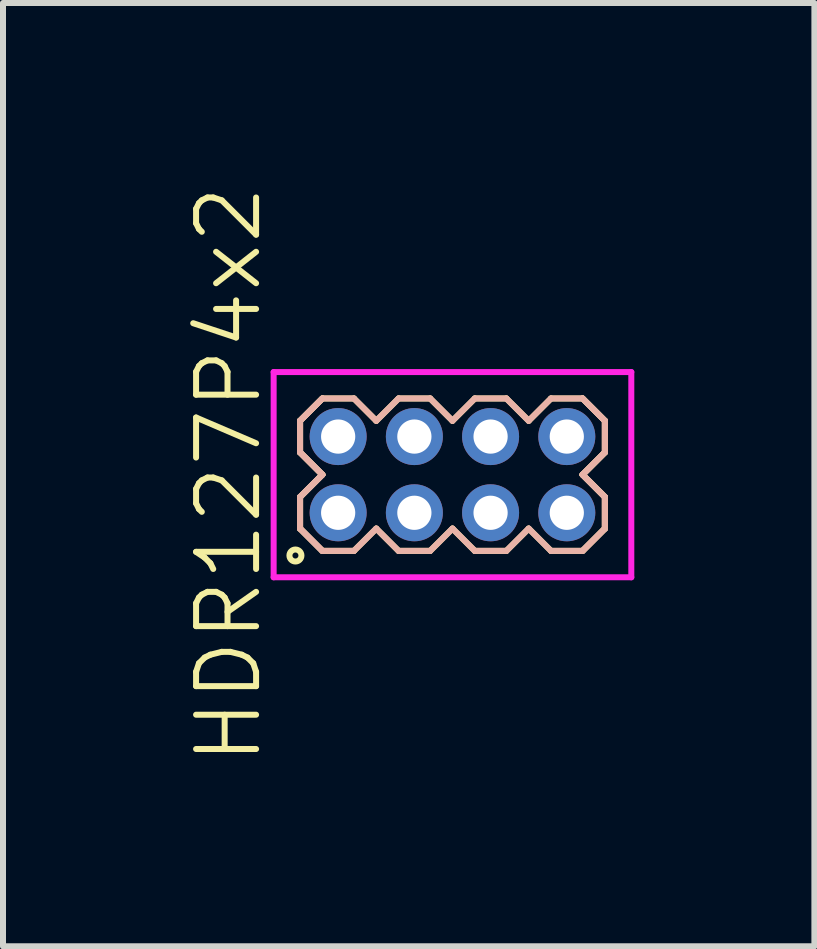
<source format=kicad_pcb>
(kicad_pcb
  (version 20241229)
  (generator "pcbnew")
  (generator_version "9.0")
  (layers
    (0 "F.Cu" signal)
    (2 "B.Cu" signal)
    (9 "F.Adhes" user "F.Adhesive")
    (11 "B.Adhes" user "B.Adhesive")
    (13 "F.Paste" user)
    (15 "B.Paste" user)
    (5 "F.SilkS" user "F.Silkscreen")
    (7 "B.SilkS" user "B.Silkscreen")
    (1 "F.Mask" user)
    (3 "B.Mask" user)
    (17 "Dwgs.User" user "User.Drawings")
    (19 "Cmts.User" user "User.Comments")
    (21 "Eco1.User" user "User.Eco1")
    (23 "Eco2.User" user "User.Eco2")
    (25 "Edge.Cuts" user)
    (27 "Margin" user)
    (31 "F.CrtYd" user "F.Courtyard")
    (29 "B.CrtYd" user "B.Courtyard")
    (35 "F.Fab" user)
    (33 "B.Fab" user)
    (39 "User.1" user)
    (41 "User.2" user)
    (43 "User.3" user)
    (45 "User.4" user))
  (footprint "HDR127P4x2"
    (layer "F.Cu")
    (at 4.49 4.86)
    (property "Reference" "HDR127P4x2" (at -3.73 0 90) (layer "F.SilkS") (effects (font (size 1 1) (thickness 0.1))))
    (attr through_hole)
    (fp_line (start -2.54 -0.898) (end -2.168 -1.27) (stroke (width 0.1) (type solid)) (layer "F.SilkS"))
    (fp_line (start -2.54 -0.898) (end -2.168 -1.27) (stroke (width 0.1) (type solid)) (layer "F.SilkS"))
    (fp_line (start -2.54 -0.372) (end -2.54 -0.898) (stroke (width 0.1) (type solid)) (layer "F.SilkS"))
    (fp_line (start -2.54 -0.372) (end -2.54 -0.898) (stroke (width 0.1) (type solid)) (layer "F.SilkS"))
    (fp_line (start -2.54 0.372) (end -2.168 0) (stroke (width 0.1) (type solid)) (layer "F.SilkS"))
    (fp_line (start -2.54 0.372) (end -2.168 0) (stroke (width 0.1) (type solid)) (layer "F.SilkS"))
    (fp_line (start -2.54 0.898) (end -2.54 0.372) (stroke (width 0.1) (type solid)) (layer "F.SilkS"))
    (fp_line (start -2.54 0.898) (end -2.54 0.372) (stroke (width 0.1) (type solid)) (layer "F.SilkS"))
    (fp_line (start -2.168 -1.27) (end -1.642 -1.27) (stroke (width 0.1) (type solid)) (layer "F.SilkS"))
    (fp_line (start -2.168 0) (end -2.54 -0.372) (stroke (width 0.1) (type solid)) (layer "F.SilkS"))
    (fp_line (start -2.168 0) (end -2.54 -0.372) (stroke (width 0.1) (type solid)) (layer "F.SilkS"))
    (fp_line (start -2.168 1.27) (end -2.54 0.898) (stroke (width 0.1) (type solid)) (layer "F.SilkS"))
    (fp_line (start -2.168 1.27) (end -2.54 0.898) (stroke (width 0.1) (type solid)) (layer "F.SilkS"))
    (fp_line (start -1.642 -1.27) (end -1.27 -0.898) (stroke (width 0.1) (type solid)) (layer "F.SilkS"))
    (fp_line (start -1.642 1.27) (end -2.168 1.27) (stroke (width 0.1) (type solid)) (layer "F.SilkS"))
    (fp_line (start -1.27 -0.898) (end -0.898 -1.27) (stroke (width 0.1) (type solid)) (layer "F.SilkS"))
    (fp_line (start -1.27 0.898) (end -1.642 1.27) (stroke (width 0.1) (type solid)) (layer "F.SilkS"))
    (fp_line (start -0.898 -1.27) (end -0.372 -1.27) (stroke (width 0.1) (type solid)) (layer "F.SilkS"))
    (fp_line (start -0.898 1.27) (end -1.27 0.898) (stroke (width 0.1) (type solid)) (layer "F.SilkS"))
    (fp_line (start -0.372 -1.27) (end 0 -0.898) (stroke (width 0.1) (type solid)) (layer "F.SilkS"))
    (fp_line (start -0.372 1.27) (end -0.898 1.27) (stroke (width 0.1) (type solid)) (layer "F.SilkS"))
    (fp_line (start 0 -0.898) (end 0.372 -1.27) (stroke (width 0.1) (type solid)) (layer "F.SilkS"))
    (fp_line (start 0 0.898) (end -0.372 1.27) (stroke (width 0.1) (type solid)) (layer "F.SilkS"))
    (fp_line (start 0.372 -1.27) (end 0.898 -1.27) (stroke (width 0.1) (type solid)) (layer "F.SilkS"))
    (fp_line (start 0.372 1.27) (end 0 0.898) (stroke (width 0.1) (type solid)) (layer "F.SilkS"))
    (fp_line (start 0.898 -1.27) (end 1.27 -0.898) (stroke (width 0.1) (type solid)) (layer "F.SilkS"))
    (fp_line (start 0.898 1.27) (end 0.372 1.27) (stroke (width 0.1) (type solid)) (layer "F.SilkS"))
    (fp_line (start 1.27 -0.898) (end 1.642 -1.27) (stroke (width 0.1) (type solid)) (layer "F.SilkS"))
    (fp_line (start 1.27 0.898) (end 0.898 1.27) (stroke (width 0.1) (type solid)) (layer "F.SilkS"))
    (fp_line (start 1.642 -1.27) (end 2.168 -1.27) (stroke (width 0.1) (type solid)) (layer "F.SilkS"))
    (fp_line (start 1.642 1.27) (end 1.27 0.898) (stroke (width 0.1) (type solid)) (layer "F.SilkS"))
    (fp_line (start 2.168 -1.27) (end 2.54 -0.898) (stroke (width 0.1) (type solid)) (layer "F.SilkS"))
    (fp_line (start 2.168 -1.27) (end 2.54 -0.898) (stroke (width 0.1) (type solid)) (layer "F.SilkS"))
    (fp_line (start 2.168 0) (end 2.54 0.372) (stroke (width 0.1) (type solid)) (layer "F.SilkS"))
    (fp_line (start 2.168 0) (end 2.54 0.372) (stroke (width 0.1) (type solid)) (layer "F.SilkS"))
    (fp_line (start 2.168 1.27) (end 1.642 1.27) (stroke (width 0.1) (type solid)) (layer "F.SilkS"))
    (fp_line (start 2.54 -0.898) (end 2.54 -0.372) (stroke (width 0.1) (type solid)) (layer "F.SilkS"))
    (fp_line (start 2.54 -0.898) (end 2.54 -0.372) (stroke (width 0.1) (type solid)) (layer "F.SilkS"))
    (fp_line (start 2.54 -0.372) (end 2.168 0) (stroke (width 0.1) (type solid)) (layer "F.SilkS"))
    (fp_line (start 2.54 -0.372) (end 2.168 0) (stroke (width 0.1) (type solid)) (layer "F.SilkS"))
    (fp_line (start 2.54 0.372) (end 2.54 0.898) (stroke (width 0.1) (type solid)) (layer "F.SilkS"))
    (fp_line (start 2.54 0.372) (end 2.54 0.898) (stroke (width 0.1) (type solid)) (layer "F.SilkS"))
    (fp_line (start 2.54 0.898) (end 2.168 1.27) (stroke (width 0.1) (type solid)) (layer "F.SilkS"))
    (fp_line (start 2.54 0.898) (end 2.168 1.27) (stroke (width 0.1) (type solid)) (layer "F.SilkS"))
    (fp_circle (center -2.617 1.347) (end -2.517 1.347) (stroke (width 0.1) (type solid)) (fill no) (layer "F.SilkS"))
    (fp_line (start -2.54 -0.898) (end -2.168 -1.27) (stroke (width 0.1) (type solid)) (layer "B.SilkS"))
    (fp_line (start -2.54 -0.898) (end -2.168 -1.27) (stroke (width 0.1) (type solid)) (layer "B.SilkS"))
    (fp_line (start -2.54 -0.372) (end -2.54 -0.898) (stroke (width 0.1) (type solid)) (layer "B.SilkS"))
    (fp_line (start -2.54 -0.372) (end -2.54 -0.898) (stroke (width 0.1) (type solid)) (layer "B.SilkS"))
    (fp_line (start -2.54 0.372) (end -2.168 0) (stroke (width 0.1) (type solid)) (layer "B.SilkS"))
    (fp_line (start -2.54 0.372) (end -2.168 0) (stroke (width 0.1) (type solid)) (layer "B.SilkS"))
    (fp_line (start -2.54 0.898) (end -2.54 0.372) (stroke (width 0.1) (type solid)) (layer "B.SilkS"))
    (fp_line (start -2.54 0.898) (end -2.54 0.372) (stroke (width 0.1) (type solid)) (layer "B.SilkS"))
    (fp_line (start -2.168 -1.27) (end -1.642 -1.27) (stroke (width 0.1) (type solid)) (layer "B.SilkS"))
    (fp_line (start -2.168 0) (end -2.54 -0.372) (stroke (width 0.1) (type solid)) (layer "B.SilkS"))
    (fp_line (start -2.168 0) (end -2.54 -0.372) (stroke (width 0.1) (type solid)) (layer "B.SilkS"))
    (fp_line (start -2.168 1.27) (end -2.54 0.898) (stroke (width 0.1) (type solid)) (layer "B.SilkS"))
    (fp_line (start -2.168 1.27) (end -2.54 0.898) (stroke (width 0.1) (type solid)) (layer "B.SilkS"))
    (fp_line (start -1.642 -1.27) (end -1.27 -0.898) (stroke (width 0.1) (type solid)) (layer "B.SilkS"))
    (fp_line (start -1.642 1.27) (end -2.168 1.27) (stroke (width 0.1) (type solid)) (layer "B.SilkS"))
    (fp_line (start -1.27 -0.898) (end -0.898 -1.27) (stroke (width 0.1) (type solid)) (layer "B.SilkS"))
    (fp_line (start -1.27 0.898) (end -1.642 1.27) (stroke (width 0.1) (type solid)) (layer "B.SilkS"))
    (fp_line (start -0.898 -1.27) (end -0.372 -1.27) (stroke (width 0.1) (type solid)) (layer "B.SilkS"))
    (fp_line (start -0.898 1.27) (end -1.27 0.898) (stroke (width 0.1) (type solid)) (layer "B.SilkS"))
    (fp_line (start -0.372 -1.27) (end 0 -0.898) (stroke (width 0.1) (type solid)) (layer "B.SilkS"))
    (fp_line (start -0.372 1.27) (end -0.898 1.27) (stroke (width 0.1) (type solid)) (layer "B.SilkS"))
    (fp_line (start 0 -0.898) (end 0.372 -1.27) (stroke (width 0.1) (type solid)) (layer "B.SilkS"))
    (fp_line (start 0 0.898) (end -0.372 1.27) (stroke (width 0.1) (type solid)) (layer "B.SilkS"))
    (fp_line (start 0.372 -1.27) (end 0.898 -1.27) (stroke (width 0.1) (type solid)) (layer "B.SilkS"))
    (fp_line (start 0.372 1.27) (end 0 0.898) (stroke (width 0.1) (type solid)) (layer "B.SilkS"))
    (fp_line (start 0.898 -1.27) (end 1.27 -0.898) (stroke (width 0.1) (type solid)) (layer "B.SilkS"))
    (fp_line (start 0.898 1.27) (end 0.372 1.27) (stroke (width 0.1) (type solid)) (layer "B.SilkS"))
    (fp_line (start 1.27 -0.898) (end 1.642 -1.27) (stroke (width 0.1) (type solid)) (layer "B.SilkS"))
    (fp_line (start 1.27 0.898) (end 0.898 1.27) (stroke (width 0.1) (type solid)) (layer "B.SilkS"))
    (fp_line (start 1.642 -1.27) (end 2.168 -1.27) (stroke (width 0.1) (type solid)) (layer "B.SilkS"))
    (fp_line (start 1.642 1.27) (end 1.27 0.898) (stroke (width 0.1) (type solid)) (layer "B.SilkS"))
    (fp_line (start 2.168 -1.27) (end 2.54 -0.898) (stroke (width 0.1) (type solid)) (layer "B.SilkS"))
    (fp_line (start 2.168 -1.27) (end 2.54 -0.898) (stroke (width 0.1) (type solid)) (layer "B.SilkS"))
    (fp_line (start 2.168 0) (end 2.54 0.372) (stroke (width 0.1) (type solid)) (layer "B.SilkS"))
    (fp_line (start 2.168 0) (end 2.54 0.372) (stroke (width 0.1) (type solid)) (layer "B.SilkS"))
    (fp_line (start 2.168 1.27) (end 1.642 1.27) (stroke (width 0.1) (type solid)) (layer "B.SilkS"))
    (fp_line (start 2.54 -0.898) (end 2.54 -0.372) (stroke (width 0.1) (type solid)) (layer "B.SilkS"))
    (fp_line (start 2.54 -0.898) (end 2.54 -0.372) (stroke (width 0.1) (type solid)) (layer "B.SilkS"))
    (fp_line (start 2.54 -0.372) (end 2.168 0) (stroke (width 0.1) (type solid)) (layer "B.SilkS"))
    (fp_line (start 2.54 -0.372) (end 2.168 0) (stroke (width 0.1) (type solid)) (layer "B.SilkS"))
    (fp_line (start 2.54 0.372) (end 2.54 0.898) (stroke (width 0.1) (type solid)) (layer "B.SilkS"))
    (fp_line (start 2.54 0.372) (end 2.54 0.898) (stroke (width 0.1) (type solid)) (layer "B.SilkS"))
    (fp_line (start 2.54 0.898) (end 2.168 1.27) (stroke (width 0.1) (type solid)) (layer "B.SilkS"))
    (fp_line (start 2.54 0.898) (end 2.168 1.27) (stroke (width 0.1) (type solid)) (layer "B.SilkS"))
    (fp_line (start -2.98 -1.71) (end -2.98 1.71) (stroke (width 0.1) (type solid)) (layer "F.CrtYd"))
    (fp_line (start -2.98 1.71) (end 2.98 1.71) (stroke (width 0.1) (type solid)) (layer "F.CrtYd"))
    (fp_line (start 2.98 -1.71) (end -2.98 -1.71) (stroke (width 0.1) (type solid)) (layer "F.CrtYd"))
    (fp_line (start 2.98 1.71) (end 2.98 -1.71) (stroke (width 0.1) (type solid)) (layer "F.CrtYd"))
    (pad "1" thru_hole oval (at -1.905 0.635) (size 0.95 0.95) (drill 0.57) (layers "*.Cu" "*.Mask"))
    (pad "2" thru_hole oval (at -1.905 -0.635) (size 0.95 0.95) (drill 0.57) (layers "*.Cu" "*.Mask"))
    (pad "3" thru_hole oval (at -0.635 0.635) (size 0.95 0.95) (drill 0.57) (layers "*.Cu" "*.Mask"))
    (pad "4" thru_hole oval (at -0.635 -0.635) (size 0.95 0.95) (drill 0.57) (layers "*.Cu" "*.Mask"))
    (pad "5" thru_hole oval (at 0.635 0.635) (size 0.95 0.95) (drill 0.57) (layers "*.Cu" "*.Mask"))
    (pad "6" thru_hole oval (at 0.635 -0.635) (size 0.95 0.95) (drill 0.57) (layers "*.Cu" "*.Mask"))
    (pad "7" thru_hole oval (at 1.905 0.635) (size 0.95 0.95) (drill 0.57) (layers "*.Cu" "*.Mask"))
    (pad "8" thru_hole oval (at 1.905 -0.635) (size 0.95 0.95) (drill 0.57) (layers "*.Cu" "*.Mask")))
  (gr_rect
    (start -3 -3)
    (end 10.521 12.719)
    (stroke (width 0.1) (type default))
    (fill no)
    (layer "Edge.Cuts")))
</source>
